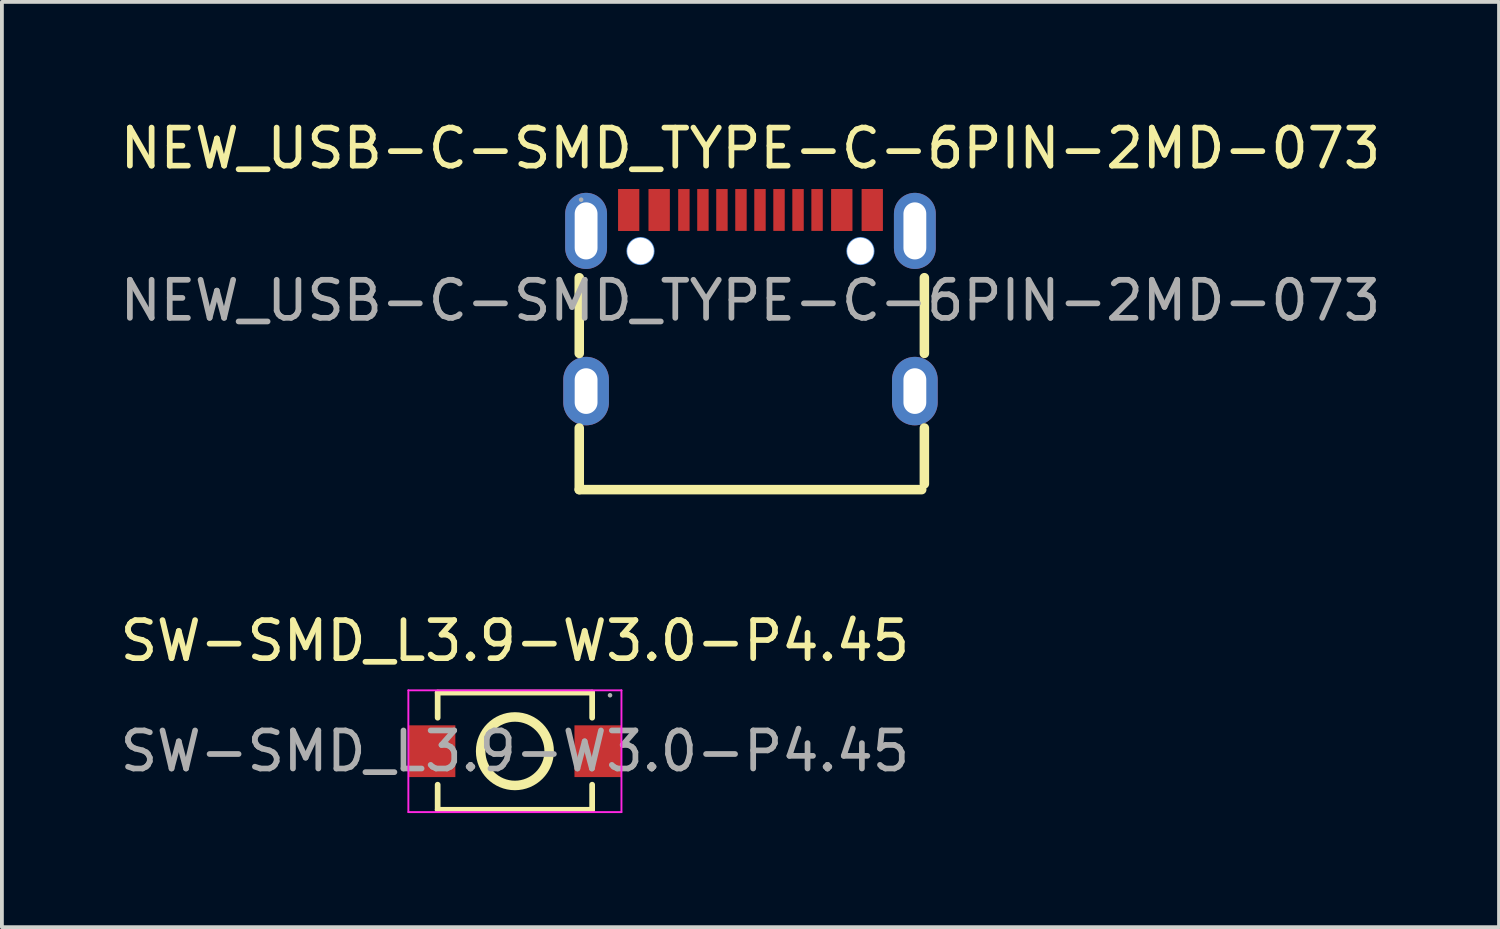
<source format=kicad_pcb>
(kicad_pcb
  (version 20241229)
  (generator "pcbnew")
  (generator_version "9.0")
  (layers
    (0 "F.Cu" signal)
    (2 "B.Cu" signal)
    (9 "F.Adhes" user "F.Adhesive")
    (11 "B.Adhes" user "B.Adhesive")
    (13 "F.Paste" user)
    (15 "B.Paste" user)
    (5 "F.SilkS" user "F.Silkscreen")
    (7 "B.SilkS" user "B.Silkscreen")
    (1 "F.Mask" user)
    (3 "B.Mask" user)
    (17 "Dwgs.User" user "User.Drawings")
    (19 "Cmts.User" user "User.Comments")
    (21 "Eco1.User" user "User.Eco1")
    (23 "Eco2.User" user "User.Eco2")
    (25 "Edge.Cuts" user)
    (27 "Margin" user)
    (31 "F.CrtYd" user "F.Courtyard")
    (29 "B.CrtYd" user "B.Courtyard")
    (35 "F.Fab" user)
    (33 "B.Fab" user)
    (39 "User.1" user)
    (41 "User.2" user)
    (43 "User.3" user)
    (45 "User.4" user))
  (footprint "SW-SMD_L3.9-W3.0-P4.45"
    (layer "F.Cu")
    (at 10.482 16.692)
    (property "Reference" "SW-SMD_L3.9-W3.0-P4.45" (at 0 -2.9 0) (layer "F.SilkS") (effects (font (size 1 1) (thickness 0.15))))
    (attr smd)
    (fp_line (start -2.03 -1.54) (end -2.03 -0.88) (stroke (width 0.15) (type solid)) (layer "F.SilkS"))
    (fp_line (start -2.03 1.54) (end -2.03 0.88) (stroke (width 0.15) (type solid)) (layer "F.SilkS"))
    (fp_line (start 2.03 -1.54) (end -2.03 -1.54) (stroke (width 0.15) (type solid)) (layer "F.SilkS"))
    (fp_line (start 2.03 -1.54) (end 2.03 -0.88) (stroke (width 0.15) (type solid)) (layer "F.SilkS"))
    (fp_line (start 2.03 1.54) (end -2.03 1.54) (stroke (width 0.15) (type solid)) (layer "F.SilkS"))
    (fp_line (start 2.03 1.54) (end 2.03 0.88) (stroke (width 0.15) (type solid)) (layer "F.SilkS"))
    (fp_circle (center 0 0) (end 0.9 0) (stroke (width 0.25) (type solid)) (fill no) (layer "F.SilkS"))
    (fp_line (start -2.8 -1.6) (end -2.8 1.6) (stroke (width 0.05) (type default)) (layer "F.CrtYd"))
    (fp_line (start -2.8 -1.6) (end 2.8 -1.6) (stroke (width 0.05) (type default)) (layer "F.CrtYd"))
    (fp_line (start -2.8 1.6) (end 2.8 1.6) (stroke (width 0.05) (type default)) (layer "F.CrtYd"))
    (fp_line (start 2.8 1.6) (end 2.8 -1.6) (stroke (width 0.05) (type default)) (layer "F.CrtYd"))
    (fp_circle (center 2.5 -1.47) (end 2.53 -1.47) (stroke (width 0.06) (type solid)) (fill no) (layer "F.Fab"))
    (fp_text user "${REFERENCE}" (at 0 0 0) (layer "F.Fab") (effects (font (size 1 1) (thickness 0.15))))
    (pad "1" smd rect (at -2.18 0) (size 1.23 1.36) (layers "F.Cu" "F.Mask" "F.Paste"))
    (pad "2" smd rect (at 2.18 0) (size 1.23 1.36) (layers "F.Cu" "F.Mask" "F.Paste")))
  (footprint "NEW_USB-C-SMD_TYPE-C-6PIN-2MD-073"
    (layer "F.Cu")
    (at 16.673 4.848)
    (property "Reference" "NEW_USB-C-SMD_TYPE-C-6PIN-2MD-073" (at 0 -4 0) (layer "F.SilkS") (effects (font (size 1 1) (thickness 0.15))))
    (attr smd)
    (fp_line (start -4.5 1.39) (end -4.5 -0.6) (stroke (width 0.25) (type solid)) (layer "F.SilkS"))
    (fp_line (start -4.5 4.97) (end -4.5 3.35) (stroke (width 0.25) (type solid)) (layer "F.SilkS"))
    (fp_line (start 4.5 4.97) (end -4.5 4.97) (stroke (width 0.25) (type solid)) (layer "F.SilkS"))
    (fp_line (start 4.57 1.39) (end 4.57 -0.6) (stroke (width 0.25) (type solid)) (layer "F.SilkS"))
    (fp_line (start 4.57 4.82) (end 4.57 3.35) (stroke (width 0.25) (type solid)) (layer "F.SilkS"))
    (fp_circle (center -2.89 -1.3) (end -2.77 -1.3) (stroke (width 0.25) (type solid)) (fill no) (layer "Cmts.User"))
    (fp_circle (center 2.89 -1.3) (end 3.01 -1.3) (stroke (width 0.25) (type solid)) (fill no) (layer "Cmts.User"))
    (fp_circle (center -4.45 -2.65) (end -4.42 -2.65) (stroke (width 0.06) (type solid)) (fill no) (layer "F.Fab"))
    (fp_text user "${REFERENCE}" (at 0 0 0) (layer "F.Fab") (effects (font (size 1 1) (thickness 0.15))))
    (pad "" thru_hole circle (at -2.89 -1.3) (size 0.7 0.7) (drill 0.7) (layers "*.Cu" "*.Mask"))
    (pad "" thru_hole circle (at 2.89 -1.3) (size 0.7 0.7) (drill 0.7) (layers "*.Cu" "*.Mask"))
    (pad "A1" smd rect (at -3.2 -2.38) (size 0.55 1.1) (layers "F.Cu" "F.Mask" "F.Paste"))
    (pad "A4" smd rect (at -2.4 -2.38) (size 0.55 1.1) (layers "F.Cu" "F.Mask" "F.Paste"))
    (pad "A5" smd rect (at -1.25 -2.38) (size 0.3 1.1) (layers "F.Cu" "F.Mask" "F.Paste"))
    (pad "A6" smd rect (at -0.25 -2.38) (size 0.3 1.1) (layers "F.Cu" "F.Mask" "F.Paste"))
    (pad "A7" smd rect (at -0.75 -2.38) (size 0.3 1.1) (layers "F.Cu" "F.Mask" "F.Paste"))
    (pad "A8" smd rect (at 1.25 -2.38) (size 0.3 1.1) (layers "F.Cu" "F.Mask" "F.Paste"))
    (pad "A9" smd rect (at -2.4 -2.38) (size 0.55 1.1) (layers "F.Cu" "F.Mask" "F.Paste"))
    (pad "A12" smd rect (at -3.2 -2.38) (size 0.55 1.1) (layers "F.Cu" "F.Mask" "F.Paste"))
    (pad "B1" smd rect (at 3.2 -2.38) (size 0.55 1.1) (layers "F.Cu" "F.Mask" "F.Paste"))
    (pad "B4" smd rect (at 2.4 -2.38) (size 0.55 1.1) (layers "F.Cu" "F.Mask" "F.Paste"))
    (pad "B5" smd rect (at 1.75 -2.38) (size 0.3 1.1) (layers "F.Cu" "F.Mask" "F.Paste"))
    (pad "B6" smd rect (at 0.75 -2.38) (size 0.3 1.1) (layers "F.Cu" "F.Mask" "F.Paste"))
    (pad "B7" smd rect (at 0.25 -2.38) (size 0.3 1.1) (layers "F.Cu" "F.Mask" "F.Paste"))
    (pad "B8" smd rect (at -1.75 -2.38) (size 0.3 1.1) (layers "F.Cu" "F.Mask" "F.Paste"))
    (pad "B9" smd rect (at 2.4 -2.38) (size 0.55 1.1) (layers "F.Cu" "F.Mask" "F.Paste"))
    (pad "B12" smd rect (at 3.2 -2.38) (size 0.55 1.1) (layers "F.Cu" "F.Mask" "F.Paste"))
    (pad "S1" thru_hole oval (at -4.32 -1.83) (size 1.1 2) (drill oval 0.6 1.5) (layers "*.Cu" "*.Mask"))
    (pad "S1" thru_hole oval (at -4.32 2.38) (size 1.2 1.8) (drill oval 0.6 1.2) (layers "*.Cu" "*.Mask"))
    (pad "S1" thru_hole oval (at 4.32 -1.83) (size 1.1 2) (drill oval 0.6 1.5) (layers "*.Cu" "*.Mask"))
    (pad "S1" thru_hole oval (at 4.32 2.38) (size 1.2 1.8) (drill oval 0.6 1.2) (layers "*.Cu" "*.Mask")))
  (gr_rect
    (start -3 -3)
    (end 36.345 21.317)
    (stroke (width 0.1) (type default))
    (fill no)
    (layer "Edge.Cuts")))
</source>
